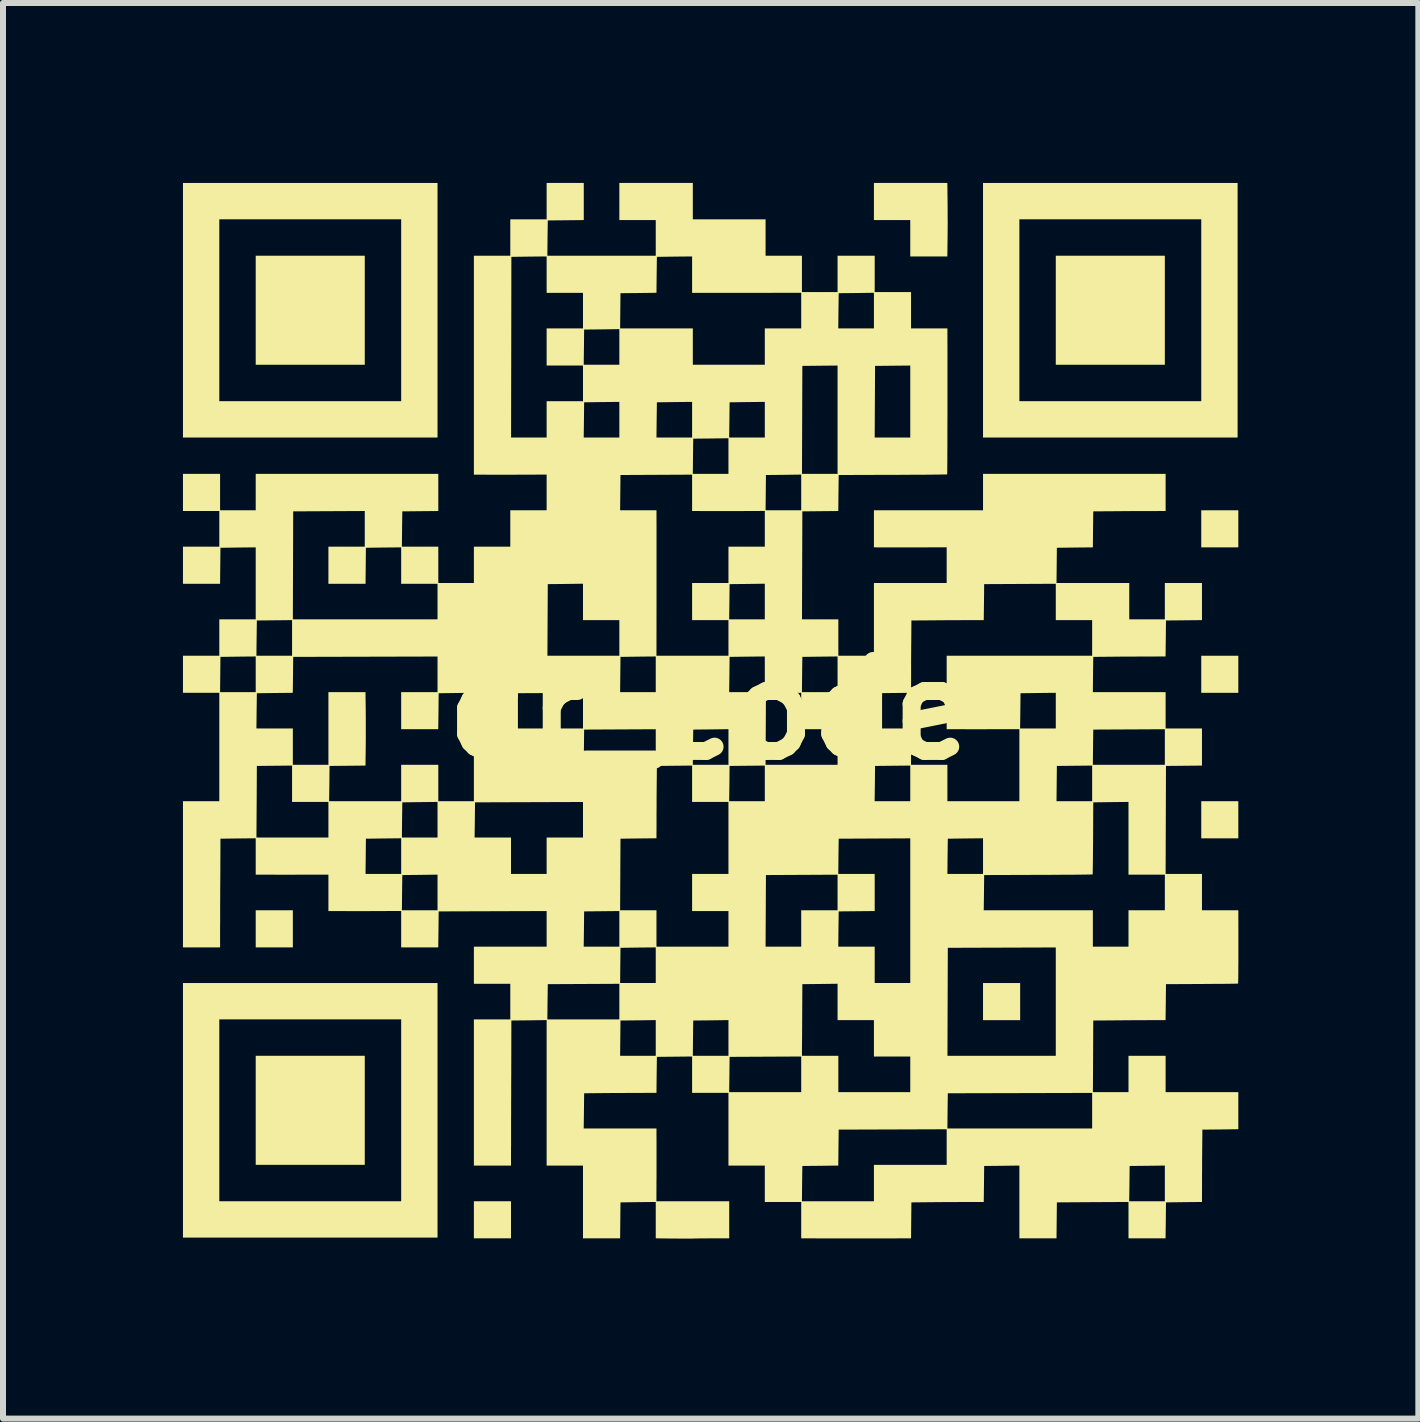
<source format=kicad_pcb>
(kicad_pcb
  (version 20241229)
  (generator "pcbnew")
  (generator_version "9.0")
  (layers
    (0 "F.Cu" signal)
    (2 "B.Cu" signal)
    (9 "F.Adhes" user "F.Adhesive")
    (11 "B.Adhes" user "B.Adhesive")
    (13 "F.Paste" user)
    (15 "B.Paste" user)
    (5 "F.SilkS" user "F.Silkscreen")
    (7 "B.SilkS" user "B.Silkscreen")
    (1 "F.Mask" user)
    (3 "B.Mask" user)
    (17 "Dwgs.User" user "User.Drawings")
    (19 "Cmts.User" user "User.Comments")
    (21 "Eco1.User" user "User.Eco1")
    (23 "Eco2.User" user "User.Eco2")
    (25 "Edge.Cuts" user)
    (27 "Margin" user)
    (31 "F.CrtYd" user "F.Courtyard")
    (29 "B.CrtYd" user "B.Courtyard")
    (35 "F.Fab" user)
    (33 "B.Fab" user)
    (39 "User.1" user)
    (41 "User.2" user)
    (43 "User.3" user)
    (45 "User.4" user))
  (footprint "qr_code"
    (layer "F.Cu")
    (at 8.791 8.791)
    (property "Reference" "qr_code" (at 0 0 0) (layer "F.SilkS") (effects (font (size 1.5 1.5) (thickness 0.3))))
    (attr board_only exclude_from_pos_files exclude_from_bom)
    (fp_poly (pts (xy -6.959 3.644) (xy -6.959 3.953) (xy -7.269 3.953) (xy -7.578 3.953) (xy -7.578 3.644) (xy -7.578 3.334) (xy -7.269 3.334) (xy -6.959 3.334)) (stroke (width 0) (type solid)) (fill yes) (layer "F.SilkS"))
    (fp_poly (pts (xy -5.76 -6.669) (xy -5.76 -5.76) (xy -6.669 -5.76) (xy -7.578 -5.76) (xy -7.578 -6.669) (xy -7.578 -7.578) (xy -6.669 -7.578) (xy -5.76 -7.578)) (stroke (width 0) (type solid)) (fill yes) (layer "F.SilkS"))
    (fp_poly (pts (xy -5.76 6.669) (xy -5.76 7.578) (xy -6.669 7.578) (xy -7.578 7.578) (xy -7.578 6.669) (xy -7.578 5.76) (xy -6.669 5.76) (xy -5.76 5.76)) (stroke (width 0) (type solid)) (fill yes) (layer "F.SilkS"))
    (fp_poly (pts (xy -3.322 8.494) (xy -3.322 8.803) (xy -3.631 8.803) (xy -3.941 8.803) (xy -3.941 8.494) (xy -3.941 8.185) (xy -3.631 8.185) (xy -3.322 8.185)) (stroke (width 0) (type solid)) (fill yes) (layer "F.SilkS"))
    (fp_poly (pts (xy 5.166 4.856) (xy 5.166 5.166) (xy 4.856 5.166) (xy 4.547 5.166) (xy 4.547 4.856) (xy 4.547 4.547) (xy 4.856 4.547) (xy 5.166 4.547)) (stroke (width 0) (type solid)) (fill yes) (layer "F.SilkS"))
    (fp_poly (pts (xy 7.578 -6.669) (xy 7.578 -5.76) (xy 6.669 -5.76) (xy 5.76 -5.76) (xy 5.76 -6.669) (xy 5.76 -7.578) (xy 6.669 -7.578) (xy 7.578 -7.578)) (stroke (width 0) (type solid)) (fill yes) (layer "F.SilkS"))
    (fp_poly (pts (xy 8.803 -3.025) (xy 8.803 -2.716) (xy 8.494 -2.716) (xy 8.185 -2.716) (xy 8.185 -3.025) (xy 8.185 -3.334) (xy 8.494 -3.334) (xy 8.803 -3.334)) (stroke (width 0) (type solid)) (fill yes) (layer "F.SilkS"))
    (fp_poly (pts (xy 8.803 -0.6) (xy 8.803 -0.291) (xy 8.494 -0.291) (xy 8.185 -0.291) (xy 8.185 -0.6) (xy 8.185 -0.909) (xy 8.494 -0.909) (xy 8.803 -0.909)) (stroke (width 0) (type solid)) (fill yes) (layer "F.SilkS"))
    (fp_poly (pts (xy 8.803 1.825) (xy 8.803 2.135) (xy 8.494 2.135) (xy 8.185 2.135) (xy 8.185 1.825) (xy 8.185 1.516) (xy 8.494 1.516) (xy 8.803 1.516)) (stroke (width 0) (type solid)) (fill yes) (layer "F.SilkS"))
    (fp_poly (pts (xy -4.547 -6.669) (xy -4.547 -4.547) (xy -6.669 -4.547) (xy -8.791 -4.547) (xy -8.791 -6.669) (xy -8.185 -6.669) (xy -8.185 -5.153) (xy -6.669 -5.153) (xy -5.153 -5.153) (xy -5.153 -6.669) (xy -5.153 -8.185) (xy -6.669 -8.185) (xy -8.185 -8.185) (xy -8.185 -6.669) (xy -8.791 -6.669) (xy -8.791 -8.791) (xy -6.669 -8.791) (xy -4.547 -8.791)) (stroke (width 0) (type solid)) (fill yes) (layer "F.SilkS"))
    (fp_poly (pts (xy -4.547 6.669) (xy -4.547 8.791) (xy -6.669 8.791) (xy -8.791 8.791) (xy -8.791 6.669) (xy -8.185 6.669) (xy -8.185 8.185) (xy -6.669 8.185) (xy -5.153 8.185) (xy -5.153 6.669) (xy -5.153 5.153) (xy -6.669 5.153) (xy -8.185 5.153) (xy -8.185 6.669) (xy -8.791 6.669) (xy -8.791 4.547) (xy -6.669 4.547) (xy -4.547 4.547)) (stroke (width 0) (type solid)) (fill yes) (layer "F.SilkS"))
    (fp_poly (pts (xy 3.956 -8.485) (xy 3.957 -8.373) (xy 3.957 -8.247) (xy 3.958 -8.116) (xy 3.957 -7.989) (xy 3.956 -7.877) (xy 3.956 -7.872) (xy 3.952 -7.566) (xy 3.643 -7.566) (xy 3.334 -7.566) (xy 3.334 -7.869) (xy 3.334 -8.172) (xy 3.031 -8.172) (xy 2.728 -8.172) (xy 2.728 -8.481) (xy 2.728 -8.791) (xy 3.34 -8.791) (xy 3.952 -8.791)) (stroke (width 0) (type solid)) (fill yes) (layer "F.SilkS"))
    (fp_poly (pts (xy 8.791 -6.669) (xy 8.791 -4.547) (xy 6.669 -4.547) (xy 4.547 -4.547) (xy 4.547 -6.669) (xy 5.153 -6.669) (xy 5.153 -5.153) (xy 6.669 -5.153) (xy 8.185 -5.153) (xy 8.185 -6.669) (xy 8.185 -8.185) (xy 6.669 -8.185) (xy 5.153 -8.185) (xy 5.153 -6.669) (xy 4.547 -6.669) (xy 4.547 -8.791) (xy 6.669 -8.791) (xy 8.791 -8.791)) (stroke (width 0) (type solid)) (fill yes) (layer "F.SilkS"))
    (fp_poly (pts (xy -2.109 -8.482) (xy -2.109 -8.172) (xy -2.409 -8.169) (xy -2.709 -8.166) (xy -2.713 -7.872) (xy -2.716 -7.578) (xy -1.813 -7.578) (xy -0.909 -7.578) (xy -0.909 -7.875) (xy -0.909 -8.172) (xy -1.213 -8.172) (xy -1.516 -8.172) (xy -1.516 -8.481) (xy -1.516 -8.791) (xy -0.903 -8.791) (xy -0.291 -8.791) (xy -0.291 -8.488) (xy -0.291 -8.185) (xy 0.316 -8.185) (xy 0.922 -8.185) (xy 0.922 -7.881) (xy 0.922 -7.578) (xy 1.225 -7.578) (xy 1.528 -7.578) (xy 1.528 -7.275) (xy 1.528 -6.972) (xy 1.825 -6.972) (xy 2.122 -6.972) (xy 2.122 -7.275) (xy 2.122 -7.578) (xy 2.431 -7.578) (xy 2.741 -7.578) (xy 2.741 -7.275) (xy 2.741 -6.972) (xy 3.044 -6.972) (xy 3.347 -6.972) (xy 3.347 -6.669) (xy 3.347 -6.366) (xy 3.65 -6.366) (xy 3.953 -6.366) (xy 3.954 -6.059) (xy 3.954 -5.846) (xy 3.954 -5.636) (xy 3.954 -5.431) (xy 3.954 -5.234) (xy 3.954 -5.044) (xy 3.954 -4.865) (xy 3.953 -4.697) (xy 3.953 -4.541) (xy 3.953 -4.4) (xy 3.952 -4.275) (xy 3.952 -4.167) (xy 3.951 -4.077) (xy 3.951 -4.008) (xy 3.95 -3.96) (xy 3.949 -3.935) (xy 3.949 -3.932) (xy 3.936 -3.931) (xy 3.9 -3.931) (xy 3.842 -3.93) (xy 3.765 -3.929) (xy 3.671 -3.928) (xy 3.562 -3.927) (xy 3.44 -3.927) (xy 3.307 -3.926) (xy 3.164 -3.925) (xy 3.043 -3.925) (xy 2.141 -3.922) (xy 2.137 -3.622) (xy 2.134 -3.322) (xy 1.834 -3.319) (xy 1.535 -3.316) (xy 1.532 -2.416) (xy 1.529 -1.516) (xy 1.832 -1.516) (xy 2.135 -1.516) (xy 2.135 -1.213) (xy 2.135 -0.909) (xy 2.431 -0.909) (xy 2.728 -0.909) (xy 2.728 -1.516) (xy 2.728 -2.122) (xy 3.334 -2.122) (xy 3.941 -2.122) (xy 3.941 -2.419) (xy 3.941 -2.717) (xy 3.641 -2.716) (xy 3.532 -2.715) (xy 3.408 -2.715) (xy 3.278 -2.715) (xy 3.152 -2.715) (xy 3.041 -2.715) (xy 3.034 -2.715) (xy 2.728 -2.716) (xy 2.728 -3.025) (xy 2.728 -3.334) (xy 3.638 -3.334) (xy 4.547 -3.334) (xy 4.547 -3.638) (xy 4.547 -3.941) (xy 6.069 -3.941) (xy 7.591 -3.941) (xy 7.591 -3.631) (xy 7.591 -3.322) (xy 7.291 -3.321) (xy 7.182 -3.321) (xy 7.057 -3.321) (xy 6.927 -3.32) (xy 6.801 -3.319) (xy 6.691 -3.318) (xy 6.688 -3.318) (xy 6.385 -3.316) (xy 6.381 -3.016) (xy 6.378 -2.716) (xy 6.078 -2.713) (xy 5.778 -2.709) (xy 5.775 -2.416) (xy 5.772 -2.122) (xy 6.378 -2.122) (xy 6.985 -2.122) (xy 6.985 -1.819) (xy 6.985 -1.516) (xy 7.282 -1.516) (xy 7.578 -1.516) (xy 7.578 -1.819) (xy 7.578 -2.122) (xy 7.888 -2.122) (xy 8.197 -2.122) (xy 8.197 -1.813) (xy 8.197 -1.503) (xy 7.897 -1.5) (xy 7.597 -1.497) (xy 7.594 -1.197) (xy 7.59 -0.897) (xy 7.291 -0.896) (xy 7.181 -0.896) (xy 7.057 -0.895) (xy 6.927 -0.895) (xy 6.801 -0.894) (xy 6.691 -0.893) (xy 6.688 -0.893) (xy 6.385 -0.89) (xy 6.381 -0.597) (xy 6.378 -0.303) (xy 6.984 -0.303) (xy 7.591 -0.303) (xy 7.591 0) (xy 7.591 0.303) (xy 7.894 0.303) (xy 8.197 0.303) (xy 8.197 0.612) (xy 8.197 0.922) (xy 7.897 0.925) (xy 7.597 0.928) (xy 7.594 1.828) (xy 7.591 2.728) (xy 7.894 2.728) (xy 8.197 2.728) (xy 8.197 3.031) (xy 8.197 3.334) (xy 8.5 3.334) (xy 8.803 3.334) (xy 8.804 3.641) (xy 8.804 3.786) (xy 8.804 3.925) (xy 8.804 4.056) (xy 8.804 4.176) (xy 8.803 4.283) (xy 8.803 4.376) (xy 8.802 4.451) (xy 8.801 4.508) (xy 8.8 4.544) (xy 8.799 4.556) (xy 8.786 4.557) (xy 8.75 4.558) (xy 8.694 4.559) (xy 8.62 4.56) (xy 8.531 4.561) (xy 8.428 4.561) (xy 8.316 4.562) (xy 8.196 4.563) (xy 7.597 4.566) (xy 7.594 4.866) (xy 7.59 5.166) (xy 7.291 5.166) (xy 7.181 5.167) (xy 7.057 5.167) (xy 6.927 5.168) (xy 6.801 5.169) (xy 6.691 5.17) (xy 6.688 5.17) (xy 6.385 5.172) (xy 6.382 5.769) (xy 6.379 6.366) (xy 6.675 6.366) (xy 6.972 6.366) (xy 6.972 6.063) (xy 6.972 5.76) (xy 7.282 5.76) (xy 7.591 5.76) (xy 7.591 6.063) (xy 7.591 6.366) (xy 8.197 6.366) (xy 8.803 6.366) (xy 8.803 6.675) (xy 8.803 6.984) (xy 8.504 6.988) (xy 8.204 6.991) (xy 8.201 7.294) (xy 8.2 7.404) (xy 8.199 7.529) (xy 8.199 7.659) (xy 8.198 7.784) (xy 8.198 7.894) (xy 8.198 7.897) (xy 8.197 8.197) (xy 7.897 8.2) (xy 7.597 8.204) (xy 7.594 8.504) (xy 7.59 8.803) (xy 7.281 8.803) (xy 6.972 8.803) (xy 6.972 8.5) (xy 6.972 8.197) (xy 6.375 8.2) (xy 5.778 8.204) (xy 5.775 8.504) (xy 5.772 8.803) (xy 5.462 8.803) (xy 5.153 8.803) (xy 5.153 8.197) (xy 5.153 8.185) (xy 6.984 8.185) (xy 7.281 8.185) (xy 7.578 8.185) (xy 7.578 7.888) (xy 7.578 7.59) (xy 7.285 7.594) (xy 6.991 7.597) (xy 6.988 7.891) (xy 6.984 8.185) (xy 5.153 8.185) (xy 5.153 7.59) (xy 4.86 7.594) (xy 4.566 7.597) (xy 4.563 7.897) (xy 4.559 8.197) (xy 4.259 8.198) (xy 4.15 8.198) (xy 4.025 8.199) (xy 3.895 8.199) (xy 3.77 8.2) (xy 3.659 8.201) (xy 3.657 8.201) (xy 3.353 8.204) (xy 3.35 8.504) (xy 3.347 8.803) (xy 3.05 8.804) (xy 2.944 8.804) (xy 2.823 8.804) (xy 2.694 8.804) (xy 2.569 8.804) (xy 2.455 8.804) (xy 2.438 8.804) (xy 2.326 8.804) (xy 2.201 8.804) (xy 2.07 8.804) (xy 1.945 8.804) (xy 1.834 8.804) (xy 1.819 8.804) (xy 1.516 8.803) (xy 1.516 8.5) (xy 1.516 8.197) (xy 1.213 8.197) (xy 0.909 8.197) (xy 0.909 8.185) (xy 1.528 8.185) (xy 2.128 8.185) (xy 2.728 8.185) (xy 2.728 7.881) (xy 2.728 7.578) (xy 3.334 7.578) (xy 3.941 7.578) (xy 3.941 7.282) (xy 3.941 6.985) (xy 3.041 6.988) (xy 2.141 6.991) (xy 2.137 7.291) (xy 2.134 7.59) (xy 1.834 7.594) (xy 1.535 7.597) (xy 1.531 7.891) (xy 1.528 8.185) (xy 0.909 8.185) (xy 0.909 7.894) (xy 0.909 7.591) (xy 0.606 7.591) (xy 0.303 7.591) (xy 0.303 6.985) (xy 0.303 6.972) (xy 3.953 6.972) (xy 5.159 6.972) (xy 6.366 6.972) (xy 6.366 6.675) (xy 6.366 6.379) (xy 5.163 6.382) (xy 3.96 6.385) (xy 3.956 6.678) (xy 3.953 6.972) (xy 0.303 6.972) (xy 0.303 6.378) (xy 0 6.378) (xy -0.303 6.378) (xy -0.303 6.366) (xy 0.315 6.366) (xy 0.915 6.366) (xy 1.516 6.366) (xy 1.516 6.069) (xy 1.516 5.772) (xy 0.919 5.775) (xy 0.322 5.778) (xy 0.319 6.072) (xy 0.315 6.366) (xy -0.303 6.366) (xy -0.303 6.075) (xy -0.303 5.772) (xy -0.597 5.775) (xy -0.89 5.778) (xy -0.894 6.078) (xy -0.897 6.378) (xy -1.197 6.379) (xy -1.306 6.379) (xy -1.431 6.38) (xy -1.561 6.38) (xy -1.686 6.381) (xy -1.797 6.382) (xy -1.8 6.382) (xy -2.103 6.385) (xy -2.106 6.678) (xy -2.11 6.972) (xy -1.503 6.972) (xy -0.897 6.972) (xy -0.896 7.278) (xy -0.896 7.389) (xy -0.896 7.514) (xy -0.896 7.644) (xy -0.896 7.769) (xy -0.897 7.879) (xy -0.897 7.885) (xy -0.898 8.185) (xy -0.291 8.185) (xy 0.316 8.185) (xy 0.316 8.494) (xy 0.316 8.803) (xy 0.026 8.803) (xy -0.057 8.804) (xy -0.133 8.804) (xy -0.197 8.805) (xy -0.245 8.805) (xy -0.274 8.806) (xy -0.28 8.807) (xy -0.297 8.808) (xy -0.335 8.808) (xy -0.392 8.808) (xy -0.462 8.808) (xy -0.543 8.807) (xy -0.603 8.807) (xy -0.909 8.803) (xy -0.909 8.5) (xy -0.909 8.197) (xy -1.203 8.2) (xy -1.497 8.204) (xy -1.5 8.504) (xy -1.503 8.803) (xy -1.813 8.803) (xy -2.122 8.803) (xy -2.122 8.197) (xy -2.122 7.591) (xy -2.425 7.591) (xy -2.728 7.591) (xy -2.728 6.378) (xy -2.728 5.76) (xy -1.503 5.76) (xy -1.206 5.76) (xy -0.909 5.76) (xy -0.291 5.76) (xy 0.006 5.76) (xy 0.303 5.76) (xy 1.528 5.76) (xy 1.832 5.76) (xy 2.135 5.76) (xy 2.135 6.063) (xy 2.135 6.366) (xy 2.735 6.366) (xy 3.334 6.366) (xy 3.334 6.069) (xy 3.334 5.772) (xy 3.031 5.772) (xy 2.728 5.772) (xy 2.728 5.76) (xy 3.954 5.76) (xy 4.857 5.76) (xy 5.76 5.76) (xy 5.76 4.857) (xy 5.76 3.954) (xy 4.86 3.957) (xy 3.96 3.96) (xy 3.957 4.86) (xy 3.954 5.76) (xy 2.728 5.76) (xy 2.728 5.469) (xy 2.728 5.166) (xy 2.425 5.166) (xy 2.122 5.166) (xy 2.122 4.863) (xy 2.122 4.559) (xy 1.828 4.563) (xy 1.535 4.566) (xy 1.532 5.163) (xy 1.528 5.76) (xy 0.303 5.76) (xy 0.303 5.462) (xy 0.303 5.165) (xy 0.009 5.169) (xy -0.284 5.172) (xy -0.288 5.466) (xy -0.291 5.76) (xy -0.909 5.76) (xy -0.909 5.462) (xy -0.909 5.165) (xy -1.203 5.169) (xy -1.497 5.172) (xy -1.5 5.466) (xy -1.503 5.76) (xy -2.728 5.76) (xy -2.728 5.165) (xy -3.022 5.169) (xy -3.316 5.172) (xy -3.318 6.082) (xy -3.319 6.241) (xy -3.319 6.4) (xy -3.32 6.556) (xy -3.32 6.706) (xy -3.321 6.847) (xy -3.321 6.976) (xy -3.321 7.09) (xy -3.321 7.187) (xy -3.321 7.262) (xy -3.322 7.291) (xy -3.322 7.591) (xy -3.631 7.591) (xy -3.941 7.591) (xy -3.941 6.372) (xy -3.941 5.153) (xy -3.638 5.153) (xy -3.334 5.153) (xy -2.716 5.153) (xy -2.116 5.153) (xy -1.516 5.153) (xy -1.516 4.857) (xy -1.516 4.56) (xy -2.112 4.563) (xy -2.709 4.566) (xy -2.713 4.86) (xy -2.716 5.153) (xy -3.334 5.153) (xy -3.334 4.856) (xy -3.334 4.56) (xy -3.638 4.56) (xy -3.941 4.56) (xy -3.941 4.547) (xy -1.503 4.547) (xy -1.206 4.547) (xy -0.909 4.547) (xy -0.909 4.25) (xy -0.909 3.953) (xy -1.203 3.956) (xy -1.497 3.96) (xy -1.5 4.253) (xy -1.503 4.547) (xy -3.941 4.547) (xy -3.941 4.25) (xy -3.941 3.941) (xy -3.334 3.941) (xy -2.728 3.941) (xy -2.11 3.941) (xy -1.813 3.941) (xy -1.516 3.941) (xy -1.516 3.644) (xy -1.516 3.347) (xy -1.809 3.35) (xy -2.103 3.353) (xy -2.106 3.647) (xy -2.11 3.941) (xy -2.728 3.941) (xy -2.728 3.644) (xy -2.728 3.347) (xy -3.628 3.35) (xy -4.528 3.353) (xy -4.531 3.653) (xy -4.535 3.953) (xy -4.844 3.953) (xy -5.153 3.953) (xy -5.153 3.65) (xy -5.153 3.346) (xy -5.453 3.347) (xy -5.562 3.347) (xy -5.686 3.348) (xy -5.816 3.348) (xy -5.942 3.348) (xy -6.053 3.348) (xy -6.059 3.348) (xy -6.366 3.347) (xy -6.366 3.334) (xy -5.141 3.334) (xy -4.844 3.334) (xy -4.547 3.334) (xy -1.503 3.334) (xy -1.2 3.334) (xy -0.897 3.334) (xy -0.897 3.638) (xy -0.897 3.941) (xy -0.297 3.941) (xy 0.303 3.941) (xy 0.922 3.941) (xy 1.219 3.941) (xy 1.516 3.941) (xy 1.516 3.638) (xy 1.516 3.334) (xy 1.819 3.334) (xy 2.122 3.334) (xy 2.122 3.038) (xy 2.122 2.741) (xy 1.525 2.744) (xy 0.928 2.747) (xy 0.925 3.344) (xy 0.922 3.941) (xy 0.303 3.941) (xy 0.303 3.644) (xy 0.303 3.347) (xy 0 3.347) (xy -0.303 3.347) (xy -0.303 3.038) (xy -0.303 2.728) (xy 0 2.728) (xy 0.303 2.728) (xy 2.134 2.728) (xy 2.437 2.728) (xy 2.741 2.728) (xy 2.741 3.037) (xy 2.741 3.347) (xy 2.441 3.35) (xy 2.141 3.353) (xy 2.137 3.647) (xy 2.134 3.941) (xy 2.437 3.941) (xy 2.741 3.941) (xy 2.741 4.244) (xy 2.741 4.547) (xy 3.038 4.547) (xy 3.334 4.547) (xy 3.334 3.341) (xy 3.334 3.334) (xy 4.559 3.334) (xy 5.469 3.334) (xy 6.378 3.334) (xy 6.378 3.638) (xy 6.378 3.941) (xy 6.675 3.941) (xy 6.972 3.941) (xy 6.972 3.638) (xy 6.972 3.334) (xy 7.275 3.334) (xy 7.578 3.334) (xy 7.578 3.038) (xy 7.578 2.741) (xy 7.275 2.741) (xy 6.972 2.741) (xy 6.972 2.134) (xy 6.972 1.528) (xy 6.678 1.531) (xy 6.385 1.535) (xy 6.382 2.133) (xy 6.381 2.254) (xy 6.38 2.366) (xy 6.379 2.469) (xy 6.378 2.558) (xy 6.377 2.632) (xy 6.376 2.688) (xy 6.375 2.724) (xy 6.374 2.737) (xy 6.361 2.737) (xy 6.325 2.738) (xy 6.267 2.739) (xy 6.191 2.74) (xy 6.097 2.741) (xy 5.987 2.742) (xy 5.865 2.742) (xy 5.732 2.743) (xy 5.589 2.744) (xy 5.468 2.744) (xy 4.566 2.747) (xy 4.563 3.041) (xy 4.559 3.334) (xy 3.334 3.334) (xy 3.334 2.728) (xy 3.953 2.728) (xy 4.25 2.728) (xy 4.547 2.728) (xy 4.547 2.431) (xy 4.547 2.134) (xy 4.253 2.137) (xy 3.96 2.141) (xy 3.956 2.435) (xy 3.953 2.728) (xy 3.334 2.728) (xy 3.334 2.135) (xy 2.738 2.138) (xy 2.141 2.141) (xy 2.137 2.435) (xy 2.134 2.728) (xy 0.303 2.728) (xy 0.303 2.128) (xy 0.303 1.528) (xy 0 1.528) (xy -0.303 1.528) (xy -0.303 1.516) (xy 0.315 1.516) (xy 0.612 1.516) (xy 0.909 1.516) (xy 2.74 1.516) (xy 3.037 1.516) (xy 3.334 1.516) (xy 3.334 1.219) (xy 3.334 0.922) (xy 3.041 0.925) (xy 2.747 0.928) (xy 2.744 1.222) (xy 2.74 1.516) (xy 0.909 1.516) (xy 0.909 1.219) (xy 0.909 0.922) (xy 0.616 0.925) (xy 0.322 0.928) (xy 0.319 1.222) (xy 0.315 1.516) (xy -0.303 1.516) (xy -0.303 1.225) (xy -0.303 0.922) (xy -0.597 0.925) (xy -0.89 0.928) (xy -0.893 1.231) (xy -0.894 1.342) (xy -0.895 1.467) (xy -0.895 1.597) (xy -0.896 1.722) (xy -0.896 1.832) (xy -0.896 1.834) (xy -0.897 2.134) (xy -1.197 2.137) (xy -1.497 2.141) (xy -1.5 2.738) (xy -1.503 3.334) (xy -4.547 3.334) (xy -4.547 3.037) (xy -4.547 2.74) (xy -4.841 2.744) (xy -5.134 2.747) (xy -5.138 3.041) (xy -5.141 3.334) (xy -6.366 3.334) (xy -6.366 3.043) (xy -6.366 2.74) (xy -6.666 2.741) (xy -6.775 2.741) (xy -6.899 2.741) (xy -7.029 2.742) (xy -7.154 2.742) (xy -7.266 2.741) (xy -7.272 2.741) (xy -7.578 2.741) (xy -7.578 2.728) (xy -5.747 2.728) (xy -5.45 2.728) (xy -5.153 2.728) (xy -5.153 2.431) (xy -5.153 2.134) (xy -5.447 2.137) (xy -5.741 2.141) (xy -5.744 2.435) (xy -5.747 2.728) (xy -7.578 2.728) (xy -7.578 2.437) (xy -7.578 2.134) (xy -7.872 2.137) (xy -8.166 2.141) (xy -8.168 2.747) (xy -8.169 2.882) (xy -8.17 3.02) (xy -8.17 3.158) (xy -8.171 3.29) (xy -8.171 3.412) (xy -8.171 3.52) (xy -8.172 3.61) (xy -8.172 3.653) (xy -8.172 3.953) (xy -8.481 3.953) (xy -8.791 3.953) (xy -8.791 2.735) (xy -8.791 2.122) (xy -7.566 2.122) (xy -6.966 2.122) (xy -6.366 2.122) (xy -5.141 2.122) (xy -4.844 2.122) (xy -4.547 2.122) (xy -3.929 2.122) (xy -3.625 2.122) (xy -3.322 2.122) (xy -3.322 2.425) (xy -3.322 2.728) (xy -3.025 2.728) (xy -2.728 2.728) (xy -2.728 2.425) (xy -2.728 2.122) (xy -2.425 2.122) (xy -2.122 2.122) (xy -2.122 1.825) (xy -2.122 1.529) (xy -3.022 1.532) (xy -3.922 1.535) (xy -3.925 1.828) (xy -3.929 2.122) (xy -4.547 2.122) (xy -4.547 1.825) (xy -4.547 1.528) (xy -4.841 1.531) (xy -5.134 1.535) (xy -5.138 1.828) (xy -5.141 2.122) (xy -6.366 2.122) (xy -6.366 1.825) (xy -6.366 1.528) (xy -6.669 1.528) (xy -6.972 1.528) (xy -6.972 1.225) (xy -6.972 0.922) (xy -7.266 0.925) (xy -7.559 0.928) (xy -7.562 1.525) (xy -7.566 2.122) (xy -8.791 2.122) (xy -8.791 1.516) (xy -8.488 1.516) (xy -8.185 1.516) (xy -8.185 0.613) (xy -8.185 0.303) (xy -7.566 0.303) (xy -7.263 0.303) (xy -6.959 0.303) (xy -6.959 0.606) (xy -6.959 0.909) (xy -6.663 0.909) (xy -6.366 0.909) (xy -6.366 0.303) (xy -6.366 -0.303) (xy -6.057 -0.303) (xy -5.748 -0.303) (xy -5.744 0.003) (xy -5.743 0.114) (xy -5.743 0.241) (xy -5.743 0.372) (xy -5.743 0.499) (xy -5.744 0.611) (xy -5.744 0.616) (xy -5.748 0.922) (xy -6.047 0.925) (xy -6.347 0.928) (xy -6.35 1.222) (xy -6.354 1.516) (xy -5.753 1.516) (xy -5.153 1.516) (xy -5.153 1.213) (xy -5.153 0.909) (xy -4.844 0.909) (xy -4.534 0.909) (xy -4.534 1.213) (xy -4.534 1.516) (xy -4.238 1.516) (xy -3.941 1.516) (xy -3.941 0.909) (xy -2.11 0.909) (xy -1.51 0.909) (xy -0.909 0.909) (xy -0.291 0.909) (xy 0.006 0.909) (xy 0.303 0.909) (xy 0.922 0.909) (xy 1.522 0.909) (xy 2.122 0.909) (xy 2.122 0.613) (xy 2.122 0.316) (xy 1.819 0.316) (xy 1.516 0.316) (xy 1.516 0.303) (xy 2.74 0.303) (xy 3.044 0.303) (xy 3.347 0.303) (xy 3.347 0.606) (xy 3.347 0.909) (xy 3.65 0.909) (xy 3.953 0.909) (xy 3.953 1.213) (xy 3.953 1.516) (xy 4.553 1.516) (xy 5.153 1.516) (xy 5.772 1.516) (xy 6.069 1.516) (xy 6.366 1.516) (xy 6.366 1.219) (xy 6.366 0.922) (xy 6.072 0.925) (xy 5.778 0.928) (xy 5.775 1.222) (xy 5.772 1.516) (xy 5.153 1.516) (xy 5.153 0.915) (xy 5.153 0.909) (xy 6.378 0.909) (xy 6.978 0.909) (xy 7.578 0.909) (xy 7.578 0.613) (xy 7.578 0.316) (xy 6.982 0.319) (xy 6.385 0.322) (xy 6.381 0.616) (xy 6.378 0.909) (xy 5.153 0.909) (xy 5.153 0.315) (xy 4.853 0.316) (xy 4.744 0.316) (xy 4.62 0.316) (xy 4.49 0.317) (xy 4.365 0.317) (xy 4.253 0.316) (xy 4.247 0.316) (xy 3.941 0.316) (xy 3.941 0.303) (xy 5.165 0.303) (xy 5.462 0.303) (xy 5.76 0.303) (xy 5.76 0.006) (xy 5.76 -0.291) (xy 5.466 -0.288) (xy 5.172 -0.284) (xy 5.169 0.009) (xy 5.165 0.303) (xy 3.941 0.303) (xy 3.941 -0.297) (xy 3.941 -0.909) (xy 5.153 -0.909) (xy 6.366 -0.909) (xy 6.366 -1.206) (xy 6.366 -1.503) (xy 6.063 -1.503) (xy 5.76 -1.503) (xy 5.76 -1.806) (xy 5.76 -2.109) (xy 5.163 -2.106) (xy 4.566 -2.103) (xy 4.563 -1.803) (xy 4.559 -1.503) (xy 4.259 -1.503) (xy 4.15 -1.502) (xy 4.025 -1.502) (xy 3.895 -1.501) (xy 3.77 -1.5) (xy 3.659 -1.499) (xy 3.657 -1.499) (xy 3.353 -1.497) (xy 3.351 -1.194) (xy 3.35 -1.083) (xy 3.349 -0.958) (xy 3.348 -0.828) (xy 3.348 -0.703) (xy 3.348 -0.593) (xy 3.348 -0.591) (xy 3.347 -0.291) (xy 3.047 -0.288) (xy 2.747 -0.284) (xy 2.744 0.009) (xy 2.74 0.303) (xy 1.516 0.303) (xy 1.516 0.012) (xy 1.516 -0.291) (xy 1.222 -0.288) (xy 0.928 -0.284) (xy 0.925 0.313) (xy 0.922 0.909) (xy 0.303 0.909) (xy 0.303 0.612) (xy 0.303 0.315) (xy 0.009 0.319) (xy -0.284 0.322) (xy -0.288 0.616) (xy -0.291 0.909) (xy -0.909 0.909) (xy -0.909 0.613) (xy -0.909 0.316) (xy -1.506 0.319) (xy -2.103 0.322) (xy -2.106 0.616) (xy -2.11 0.909) (xy -3.941 0.909) (xy -3.941 0.612) (xy -3.941 0.303) (xy -3.322 0.303) (xy -2.722 0.303) (xy -2.122 0.303) (xy -2.122 0.006) (xy -2.122 -0.29) (xy -2.719 -0.287) (xy -3.316 -0.284) (xy -3.319 0.009) (xy -3.322 0.303) (xy -3.941 0.303) (xy -3.941 -0.291) (xy -4.234 -0.288) (xy -4.528 -0.284) (xy -4.531 0.016) (xy -4.535 0.316) (xy -4.844 0.316) (xy -5.153 0.316) (xy -5.153 0.006) (xy -5.153 -0.303) (xy -4.85 -0.303) (xy -4.547 -0.303) (xy -1.503 -0.303) (xy -1.206 -0.303) (xy -0.909 -0.303) (xy 0.315 -0.303) (xy 0.612 -0.303) (xy 0.909 -0.303) (xy 1.528 -0.303) (xy 1.825 -0.303) (xy 2.122 -0.303) (xy 2.122 -0.6) (xy 2.122 -0.897) (xy 1.828 -0.894) (xy 1.535 -0.89) (xy 1.531 -0.597) (xy 1.528 -0.303) (xy 0.909 -0.303) (xy 0.909 -0.6) (xy 0.909 -0.897) (xy 0.616 -0.894) (xy 0.322 -0.89) (xy 0.319 -0.597) (xy 0.315 -0.303) (xy -0.909 -0.303) (xy -0.909 -0.6) (xy -0.909 -0.897) (xy -1.203 -0.894) (xy -1.497 -0.89) (xy -1.5 -0.597) (xy -1.503 -0.303) (xy -4.547 -0.303) (xy -4.547 -0.6) (xy -4.547 -0.896) (xy -5.75 -0.893) (xy -6.953 -0.89) (xy -6.956 -0.591) (xy -6.96 -0.291) (xy -7.26 -0.288) (xy -7.559 -0.284) (xy -7.563 0.009) (xy -7.566 0.303) (xy -8.185 0.303) (xy -8.185 -0.291) (xy -8.488 -0.291) (xy -8.791 -0.291) (xy -8.791 -0.303) (xy -8.172 -0.303) (xy -7.875 -0.303) (xy -7.578 -0.303) (xy -7.578 -0.6) (xy -7.578 -0.897) (xy -7.872 -0.894) (xy -8.166 -0.89) (xy -8.169 -0.597) (xy -8.172 -0.303) (xy -8.791 -0.303) (xy -8.791 -0.6) (xy -8.791 -0.909) (xy -8.488 -0.909) (xy -8.185 -0.909) (xy -7.566 -0.909) (xy -7.269 -0.909) (xy -6.972 -0.909) (xy -2.715 -0.909) (xy -2.116 -0.909) (xy -1.516 -0.909) (xy -1.516 -1.206) (xy -1.516 -1.503) (xy -1.819 -1.503) (xy -2.122 -1.503) (xy -2.122 -1.806) (xy -2.122 -2.11) (xy -2.416 -2.106) (xy -2.709 -2.103) (xy -2.712 -1.506) (xy -2.715 -0.909) (xy -6.972 -0.909) (xy -6.972 -1.206) (xy -6.972 -1.503) (xy -7.266 -1.5) (xy -7.559 -1.497) (xy -7.563 -1.203) (xy -7.566 -0.909) (xy -8.185 -0.909) (xy -8.185 -1.213) (xy -8.185 -1.516) (xy -7.881 -1.516) (xy -7.578 -1.516) (xy -6.959 -1.516) (xy -5.753 -1.516) (xy -4.547 -1.516) (xy -4.547 -1.812) (xy -4.547 -2.109) (xy -4.85 -2.109) (xy -5.153 -2.109) (xy -5.153 -2.413) (xy -5.153 -2.716) (xy -5.447 -2.713) (xy -5.741 -2.709) (xy -5.744 -2.409) (xy -5.747 -2.109) (xy -6.057 -2.109) (xy -6.366 -2.109) (xy -6.366 -2.419) (xy -6.366 -2.728) (xy -6.063 -2.728) (xy -5.76 -2.728) (xy -5.76 -3.025) (xy -5.76 -3.322) (xy -6.356 -3.319) (xy -6.953 -3.316) (xy -6.956 -2.416) (xy -6.959 -1.516) (xy -7.578 -1.516) (xy -7.578 -2.116) (xy -7.578 -2.716) (xy -7.872 -2.713) (xy -8.166 -2.709) (xy -8.169 -2.409) (xy -8.172 -2.109) (xy -8.482 -2.109) (xy -8.791 -2.109) (xy -8.791 -2.419) (xy -8.791 -2.728) (xy -8.488 -2.728) (xy -8.185 -2.728) (xy -8.185 -3.025) (xy -8.185 -3.322) (xy -8.488 -3.322) (xy -8.791 -3.322) (xy -8.791 -3.631) (xy -8.791 -3.941) (xy -8.481 -3.941) (xy -8.172 -3.941) (xy -8.172 -3.638) (xy -8.172 -3.334) (xy -7.875 -3.334) (xy -7.578 -3.334) (xy -7.578 -3.638) (xy -7.578 -3.941) (xy -6.056 -3.941) (xy -4.534 -3.941) (xy -4.534 -3.632) (xy -4.534 -3.322) (xy -4.834 -3.319) (xy -5.134 -3.316) (xy -5.138 -3.022) (xy -5.141 -2.728) (xy -4.838 -2.728) (xy -4.534 -2.728) (xy -4.534 -2.425) (xy -4.534 -2.122) (xy -4.238 -2.122) (xy -3.941 -2.122) (xy -3.941 -2.425) (xy -3.941 -2.728) (xy -3.638 -2.728) (xy -3.334 -2.728) (xy -3.334 -3.031) (xy -3.334 -3.334) (xy -3.031 -3.334) (xy -2.728 -3.334) (xy -1.503 -3.334) (xy -1.2 -3.334) (xy -0.897 -3.334) (xy -0.896 -3.028) (xy -0.896 -2.963) (xy -0.896 -2.875) (xy -0.896 -2.768) (xy -0.896 -2.645) (xy -0.896 -2.508) (xy -0.896 -2.361) (xy -0.896 -2.207) (xy -0.896 -2.049) (xy -0.896 -1.889) (xy -0.896 -1.816) (xy -0.897 -0.909) (xy -0.297 -0.909) (xy 0.303 -0.909) (xy 0.303 -1.206) (xy 0.303 -1.503) (xy 0 -1.503) (xy -0.303 -1.503) (xy -0.303 -1.516) (xy 0.315 -1.516) (xy 0.612 -1.516) (xy 0.909 -1.516) (xy 0.909 -1.813) (xy 0.909 -2.11) (xy 0.616 -2.106) (xy 0.322 -2.103) (xy 0.319 -1.809) (xy 0.315 -1.516) (xy -0.303 -1.516) (xy -0.303 -1.812) (xy -0.303 -2.122) (xy 0 -2.122) (xy 0.303 -2.122) (xy 0.303 -2.425) (xy 0.303 -2.728) (xy 0.606 -2.728) (xy 0.909 -2.728) (xy 0.909 -3.026) (xy 0.909 -3.323) (xy 0.609 -3.322) (xy 0.501 -3.321) (xy 0.376 -3.321) (xy 0.247 -3.321) (xy 0.121 -3.321) (xy 0.009 -3.321) (xy 0.003 -3.321) (xy -0.303 -3.322) (xy -0.303 -3.334) (xy 0.922 -3.334) (xy 1.219 -3.334) (xy 1.516 -3.334) (xy 1.516 -3.632) (xy 1.516 -3.929) (xy 1.222 -3.925) (xy 0.928 -3.922) (xy 0.925 -3.628) (xy 0.922 -3.334) (xy -0.303 -3.334) (xy -0.303 -3.625) (xy -0.303 -3.928) (xy -0.9 -3.925) (xy -1.497 -3.922) (xy -1.5 -3.628) (xy -1.503 -3.334) (xy -2.728 -3.334) (xy -2.728 -3.632) (xy -2.728 -3.929) (xy -3.028 -3.928) (xy -3.137 -3.928) (xy -3.261 -3.927) (xy -3.391 -3.927) (xy -3.517 -3.927) (xy -3.628 -3.927) (xy -3.634 -3.927) (xy -3.941 -3.928) (xy -3.941 -3.941) (xy -0.291 -3.941) (xy 0.006 -3.941) (xy 0.303 -3.941) (xy 1.529 -3.941) (xy 1.825 -3.941) (xy 2.122 -3.941) (xy 2.122 -4.547) (xy 2.741 -4.547) (xy 3.038 -4.547) (xy 3.334 -4.547) (xy 3.334 -5.147) (xy 3.334 -5.747) (xy 3.041 -5.744) (xy 2.747 -5.741) (xy 2.744 -5.144) (xy 2.741 -4.547) (xy 2.122 -4.547) (xy 2.122 -4.844) (xy 2.122 -5.747) (xy 1.828 -5.744) (xy 1.535 -5.741) (xy 1.532 -4.841) (xy 1.529 -3.941) (xy 0.303 -3.941) (xy 0.303 -4.238) (xy 0.303 -4.535) (xy 0.009 -4.531) (xy -0.284 -4.528) (xy -0.288 -4.234) (xy -0.291 -3.941) (xy -3.941 -3.941) (xy -3.941 -4.547) (xy -3.321 -4.547) (xy -3.025 -4.547) (xy -2.728 -4.547) (xy -2.11 -4.547) (xy -1.813 -4.547) (xy -1.516 -4.547) (xy -0.897 -4.547) (xy -0.6 -4.547) (xy -0.303 -4.547) (xy 0.315 -4.547) (xy 0.612 -4.547) (xy 0.909 -4.547) (xy 0.909 -4.844) (xy 0.909 -5.141) (xy 0.616 -5.138) (xy 0.322 -5.134) (xy 0.319 -4.841) (xy 0.315 -4.547) (xy -0.303 -4.547) (xy -0.303 -4.844) (xy -0.303 -5.141) (xy -0.597 -5.138) (xy -0.89 -5.134) (xy -0.894 -4.841) (xy -0.897 -4.547) (xy -1.516 -4.547) (xy -1.516 -4.844) (xy -1.516 -5.141) (xy -1.809 -5.138) (xy -2.103 -5.134) (xy -2.106 -4.841) (xy -2.11 -4.547) (xy -2.728 -4.547) (xy -2.728 -4.85) (xy -2.728 -5.153) (xy -2.425 -5.153) (xy -2.122 -5.153) (xy -2.122 -5.45) (xy -2.122 -5.747) (xy -2.425 -5.747) (xy -2.728 -5.747) (xy -2.728 -5.76) (xy -2.11 -5.76) (xy -1.813 -5.76) (xy -1.516 -5.76) (xy -1.516 -6.057) (xy -1.516 -6.354) (xy -1.809 -6.35) (xy -2.103 -6.347) (xy -2.106 -6.053) (xy -2.11 -5.76) (xy -2.728 -5.76) (xy -2.728 -6.056) (xy -2.728 -6.366) (xy -2.425 -6.366) (xy -2.122 -6.366) (xy -1.503 -6.366) (xy -0.897 -6.366) (xy -0.291 -6.366) (xy -0.291 -6.063) (xy -0.291 -5.76) (xy 0.309 -5.76) (xy 0.909 -5.76) (xy 0.909 -6.063) (xy 0.909 -6.366) (xy 1.213 -6.366) (xy 1.516 -6.366) (xy 2.134 -6.366) (xy 2.431 -6.366) (xy 2.728 -6.366) (xy 2.728 -6.663) (xy 2.728 -6.96) (xy 2.435 -6.956) (xy 2.141 -6.953) (xy 2.137 -6.659) (xy 2.134 -6.366) (xy 1.516 -6.366) (xy 1.516 -6.663) (xy 1.516 -6.96) (xy 0.913 -6.959) (xy 0.778 -6.959) (xy 0.639 -6.959) (xy 0.501 -6.959) (xy 0.368 -6.959) (xy 0.245 -6.959) (xy 0.136 -6.959) (xy 0.045 -6.959) (xy 0.003 -6.959) (xy -0.303 -6.959) (xy -0.303 -7.263) (xy -0.303 -7.566) (xy -0.597 -7.563) (xy -0.89 -7.559) (xy -0.894 -7.26) (xy -0.897 -6.96) (xy -1.197 -6.956) (xy -1.497 -6.953) (xy -1.5 -6.659) (xy -1.503 -6.366) (xy -2.122 -6.366) (xy -2.122 -6.663) (xy -2.122 -6.959) (xy -2.425 -6.959) (xy -2.728 -6.959) (xy -2.728 -7.263) (xy -2.728 -7.566) (xy -3.022 -7.563) (xy -3.316 -7.559) (xy -3.318 -6.053) (xy -3.321 -4.547) (xy -3.941 -4.547) (xy -3.941 -5.753) (xy -3.941 -7.578) (xy -3.638 -7.578) (xy -3.334 -7.578) (xy -3.334 -7.881) (xy -3.334 -8.185) (xy -3.031 -8.185) (xy -2.728 -8.185) (xy -2.728 -8.488) (xy -2.728 -8.791) (xy -2.419 -8.791) (xy -2.109 -8.791)) (stroke (width 0) (type solid)) (fill yes) (layer "F.SilkS")))
  (gr_rect
    (start -3 -3)
    (end 20.595 20.599)
    (stroke (width 0.1) (type default))
    (fill no)
    (layer "Edge.Cuts")))
</source>
